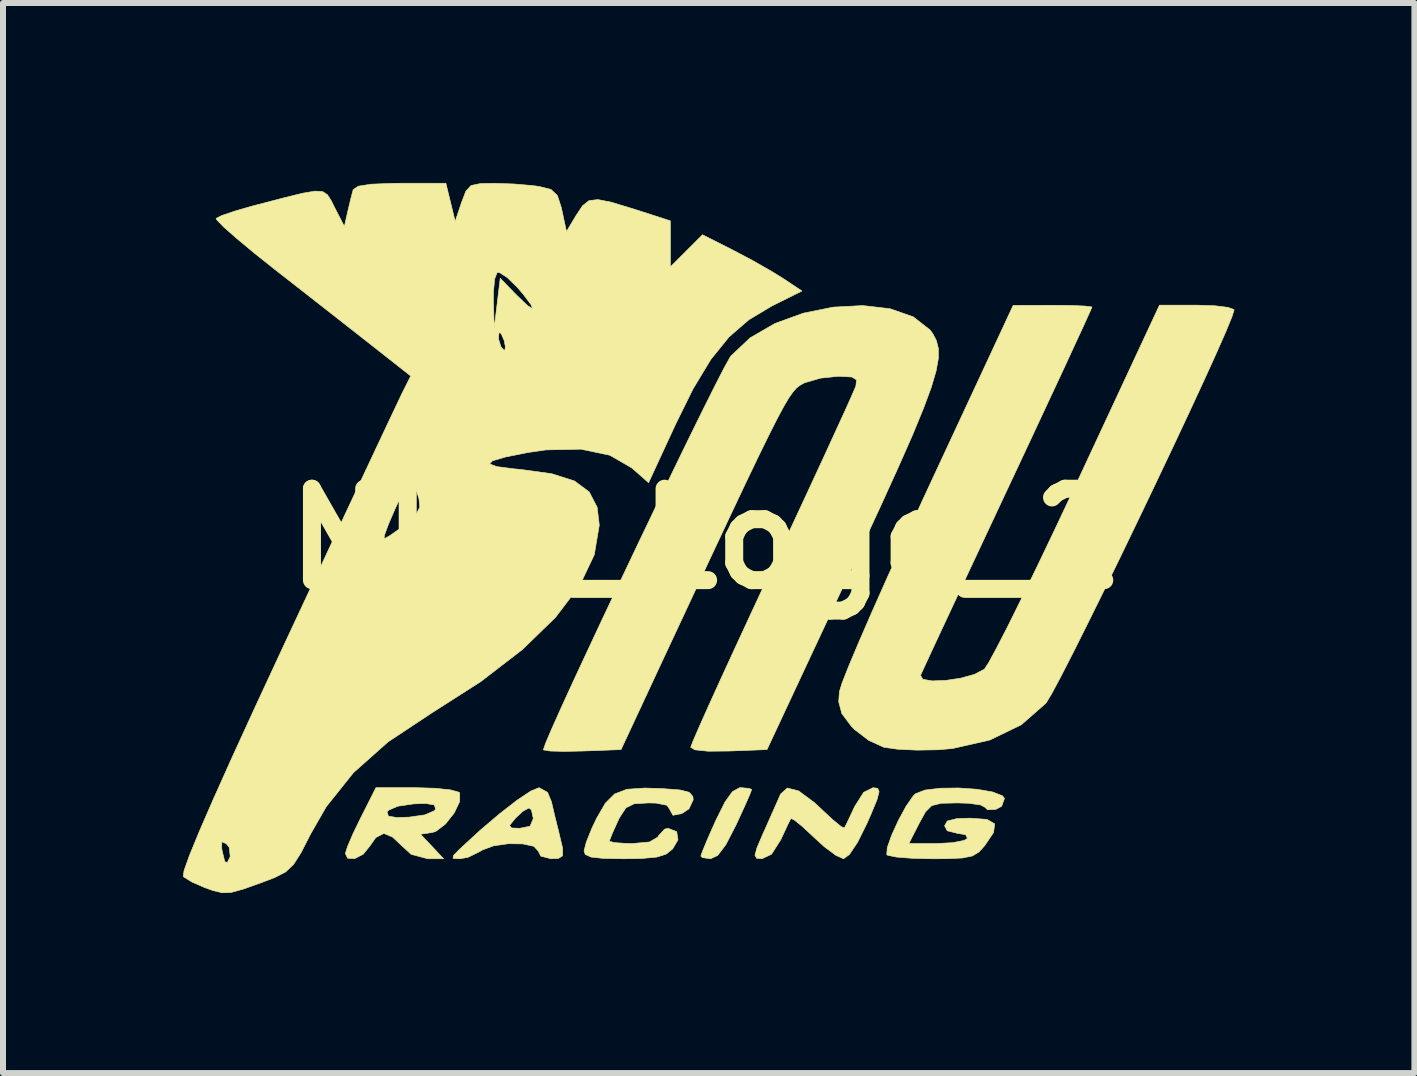
<source format=kicad_pcb>
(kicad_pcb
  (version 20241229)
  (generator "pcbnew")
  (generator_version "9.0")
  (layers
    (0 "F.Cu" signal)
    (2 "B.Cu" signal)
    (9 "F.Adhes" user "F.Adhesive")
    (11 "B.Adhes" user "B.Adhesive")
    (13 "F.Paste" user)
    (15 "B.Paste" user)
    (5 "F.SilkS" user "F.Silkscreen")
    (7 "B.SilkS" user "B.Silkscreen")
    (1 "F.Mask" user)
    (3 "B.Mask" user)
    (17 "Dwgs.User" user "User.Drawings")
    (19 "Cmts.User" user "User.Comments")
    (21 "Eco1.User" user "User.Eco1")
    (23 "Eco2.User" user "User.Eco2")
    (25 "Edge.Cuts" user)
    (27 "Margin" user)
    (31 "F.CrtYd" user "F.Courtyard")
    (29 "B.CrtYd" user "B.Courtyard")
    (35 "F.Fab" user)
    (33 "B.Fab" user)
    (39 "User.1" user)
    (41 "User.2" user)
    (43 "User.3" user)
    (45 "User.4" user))
  (footprint "NUR_Logo_2"
    (layer "F.Cu")
    (at 8.718 5.932)
    (property "Reference" "NUR_Logo_2" (at 0 0 0) (layer "F.SilkS") (effects (font (size 1.524 1.524) (thickness 0.3))))
    (attr through_hole)
    (fp_poly (pts (xy 0.728 4.162) (xy 0.762 4.181) (xy 0.729 4.269) (xy 0.641 4.468) (xy 0.517 4.738) (xy 0.5 4.774) (xy 0.333 5.098) (xy 0.197 5.278) (xy 0.077 5.334) (xy 0.077 5.334) (xy -0.057 5.315) (xy -0.085 5.29) (xy -0.052 5.196) (xy 0.033 4.992) (xy 0.154 4.719) (xy 0.164 4.697) (xy 0.317 4.389) (xy 0.441 4.216) (xy 0.557 4.151) (xy 0.587 4.149) (xy 0.728 4.162)) (stroke (width 0.01) (type solid)) (fill yes) (layer "F.SilkS"))
    (fp_poly (pts (xy 2.863 4.16) (xy 2.887 4.215) (xy 2.853 4.346) (xy 2.755 4.584) (xy 2.686 4.741) (xy 2.529 5.058) (xy 2.391 5.264) (xy 2.294 5.334) (xy 2.168 5.278) (xy 1.973 5.133) (xy 1.804 4.979) (xy 1.61 4.798) (xy 1.469 4.684) (xy 1.417 4.662) (xy 1.369 4.756) (xy 1.281 4.945) (xy 1.248 5.016) (xy 1.094 5.258) (xy 0.934 5.334) (xy 0.846 5.325) (xy 0.817 5.276) (xy 0.851 5.151) (xy 0.952 4.915) (xy 0.983 4.847) (xy 1.104 4.574) (xy 1.201 4.356) (xy 1.245 4.255) (xy 1.356 4.155) (xy 1.545 4.203) (xy 1.809 4.398) (xy 1.921 4.503) (xy 2.116 4.685) (xy 2.257 4.799) (xy 2.308 4.821) (xy 2.356 4.727) (xy 2.445 4.538) (xy 2.478 4.466) (xy 2.629 4.227) (xy 2.786 4.149) (xy 2.863 4.16)) (stroke (width 0.01) (type solid)) (fill yes) (layer "F.SilkS"))
    (fp_poly (pts (xy -2.64 4.227) (xy -2.576 4.381) (xy -2.517 4.632) (xy -2.448 4.909) (xy -2.448 4.911) (xy -2.389 5.158) (xy -2.389 5.284) (xy -2.458 5.328) (xy -2.582 5.334) (xy -2.753 5.29) (xy -2.794 5.207) (xy -2.867 5.127) (xy -3.052 5.086) (xy -3.294 5.083) (xy -3.54 5.118) (xy -3.735 5.191) (xy -3.763 5.21) (xy -3.964 5.309) (xy -4.099 5.334) (xy -4.216 5.327) (xy -4.208 5.278) (xy -4.104 5.173) (xy -3.767 4.862) (xy -3.669 4.779) (xy -3.274 4.779) (xy -3.24 4.821) (xy -3.103 4.826) (xy -2.931 4.791) (xy -2.879 4.667) (xy -2.879 4.657) (xy -2.909 4.519) (xy -2.95 4.487) (xy -3.055 4.544) (xy -3.175 4.657) (xy -3.274 4.779) (xy -3.669 4.779) (xy -3.438 4.583) (xy -3.146 4.356) (xy -2.917 4.204) (xy -2.782 4.149) (xy -2.64 4.227)) (stroke (width 0.01) (type solid)) (fill yes) (layer "F.SilkS"))
    (fp_poly (pts (xy -4.508 4.159) (xy -4.255 4.186) (xy -4.116 4.225) (xy -4.105 4.236) (xy -4.104 4.378) (xy -4.196 4.57) (xy -4.342 4.755) (xy -4.503 4.878) (xy -4.563 4.896) (xy -4.758 4.925) (xy -4.565 5.129) (xy -4.373 5.334) (xy -4.636 5.334) (xy -4.913 5.261) (xy -5.065 5.122) (xy -5.223 4.973) (xy -5.369 4.911) (xy -5.369 4.911) (xy -5.503 4.98) (xy -5.603 5.122) (xy -5.712 5.257) (xy -5.854 5.331) (xy -5.972 5.325) (xy -6.011 5.247) (xy -5.975 5.131) (xy -5.882 4.914) (xy -5.756 4.654) (xy -5.706 4.556) (xy -5.315 4.556) (xy -5.294 4.623) (xy -5.153 4.647) (xy -4.947 4.64) (xy -4.685 4.602) (xy -4.528 4.534) (xy -4.506 4.504) (xy -4.528 4.437) (xy -4.669 4.412) (xy -4.874 4.419) (xy -5.137 4.458) (xy -5.293 4.525) (xy -5.315 4.556) (xy -5.706 4.556) (xy -5.501 4.149) (xy -4.83 4.149) (xy -4.508 4.159)) (stroke (width 0.01) (type solid)) (fill yes) (layer "F.SilkS"))
    (fp_poly (pts (xy -0.716 4.165) (xy -0.431 4.187) (xy -0.277 4.227) (xy -0.218 4.296) (xy -0.212 4.351) (xy -0.283 4.502) (xy -0.402 4.581) (xy -0.55 4.609) (xy -0.593 4.531) (xy -0.593 4.527) (xy -0.648 4.443) (xy -0.831 4.406) (xy -0.958 4.403) (xy -1.196 4.417) (xy -1.334 4.485) (xy -1.44 4.648) (xy -1.466 4.702) (xy -1.557 4.902) (xy -1.606 5.027) (xy -1.609 5.041) (xy -1.533 5.064) (xy -1.341 5.078) (xy -1.225 5.08) (xy -0.94 5.054) (xy -0.802 4.973) (xy -0.793 4.953) (xy -0.689 4.841) (xy -0.631 4.826) (xy -0.487 4.882) (xy -0.466 5.019) (xy -0.555 5.17) (xy -0.662 5.256) (xy -0.819 5.306) (xy -1.069 5.329) (xy -1.368 5.334) (xy -1.71 5.328) (xy -1.914 5.306) (xy -2.011 5.263) (xy -2.032 5.204) (xy -1.995 5.06) (xy -1.902 4.827) (xy -1.82 4.655) (xy -1.676 4.407) (xy -1.523 4.254) (xy -1.319 4.176) (xy -1.02 4.155) (xy -0.716 4.165)) (stroke (width 0.01) (type solid)) (fill yes) (layer "F.SilkS"))
    (fp_poly (pts (xy 4.516 4.175) (xy 4.777 4.22) (xy 4.943 4.284) (xy 4.977 4.328) (xy 4.929 4.46) (xy 4.83 4.511) (xy 4.693 4.517) (xy 4.657 4.479) (xy 4.58 4.437) (xy 4.383 4.409) (xy 4.193 4.403) (xy 3.923 4.409) (xy 3.765 4.448) (xy 3.661 4.551) (xy 3.556 4.741) (xy 3.383 5.08) (xy 3.846 5.08) (xy 4.111 5.066) (xy 4.302 5.029) (xy 4.36 4.995) (xy 4.33 4.933) (xy 4.196 4.911) (xy 4.022 4.867) (xy 3.979 4.784) (xy 4.025 4.704) (xy 4.182 4.665) (xy 4.403 4.657) (xy 4.686 4.678) (xy 4.814 4.752) (xy 4.795 4.896) (xy 4.651 5.111) (xy 4.552 5.221) (xy 4.442 5.287) (xy 4.276 5.321) (xy 4.011 5.333) (xy 3.767 5.334) (xy 3.437 5.326) (xy 3.178 5.306) (xy 3.032 5.276) (xy 3.015 5.265) (xy 3.023 5.149) (xy 3.096 4.942) (xy 3.209 4.694) (xy 3.337 4.458) (xy 3.456 4.287) (xy 3.492 4.251) (xy 3.65 4.189) (xy 3.906 4.158) (xy 4.21 4.154) (xy 4.516 4.175)) (stroke (width 0.01) (type solid)) (fill yes) (layer "F.SilkS"))
    (fp_poly (pts (xy 8.183 -3.895) (xy 8.483 -3.885) (xy 8.704 -3.858) (xy 8.803 -3.821) (xy 8.805 -3.815) (xy 8.769 -3.7) (xy 8.667 -3.452) (xy 8.509 -3.093) (xy 8.304 -2.642) (xy 8.062 -2.119) (xy 7.792 -1.543) (xy 7.503 -0.934) (xy 7.206 -0.313) (xy 6.91 0.301) (xy 6.623 0.889) (xy 6.356 1.429) (xy 6.119 1.903) (xy 5.92 2.291) (xy 5.77 2.572) (xy 5.677 2.728) (xy 5.666 2.742) (xy 5.258 3.1) (xy 4.732 3.355) (xy 4.111 3.496) (xy 3.873 3.517) (xy 3.519 3.523) (xy 3.189 3.507) (xy 2.965 3.475) (xy 2.715 3.361) (xy 2.471 3.174) (xy 2.426 3.127) (xy 2.266 2.914) (xy 2.214 2.718) (xy 2.225 2.549) (xy 2.269 2.406) (xy 2.378 2.129) (xy 2.544 1.735) (xy 2.757 1.244) (xy 3.011 0.673) (xy 3.297 0.04) (xy 3.607 -0.634) (xy 3.695 -0.824) (xy 5.122 -3.891) (xy 5.779 -3.893) (xy 6.088 -3.89) (xy 6.318 -3.88) (xy 6.43 -3.866) (xy 6.435 -3.862) (xy 6.4 -3.78) (xy 6.301 -3.562) (xy 6.145 -3.225) (xy 5.941 -2.783) (xy 5.695 -2.256) (xy 5.416 -1.658) (xy 5.111 -1.007) (xy 5.03 -0.835) (xy 4.718 -0.169) (xy 4.427 0.452) (xy 4.166 1.01) (xy 3.943 1.487) (xy 3.766 1.867) (xy 3.643 2.133) (xy 3.582 2.266) (xy 3.577 2.276) (xy 3.616 2.342) (xy 3.771 2.369) (xy 3.998 2.361) (xy 4.249 2.323) (xy 4.477 2.26) (xy 4.637 2.176) (xy 4.644 2.171) (xy 4.714 2.064) (xy 4.846 1.82) (xy 5.032 1.459) (xy 5.261 0.996) (xy 5.527 0.45) (xy 5.819 -0.161) (xy 6.129 -0.82) (xy 6.182 -0.934) (xy 7.561 -3.895) (xy 8.183 -3.895)) (stroke (width 0.01) (type solid)) (fill yes) (layer "F.SilkS"))
    (fp_poly (pts (xy 3.071 -3.835) (xy 3.455 -3.701) (xy 3.736 -3.482) (xy 3.782 -3.419) (xy 3.842 -3.305) (xy 3.875 -3.173) (xy 3.875 -3.008) (xy 3.837 -2.797) (xy 3.757 -2.525) (xy 3.628 -2.177) (xy 3.448 -1.739) (xy 3.209 -1.197) (xy 2.908 -0.535) (xy 2.539 0.261) (xy 2.423 0.508) (xy 1.018 3.514) (xy 0.382 3.538) (xy 0.036 3.541) (xy -0.183 3.518) (xy -0.254 3.476) (xy -0.219 3.382) (xy -0.12 3.153) (xy 0.035 2.805) (xy 0.239 2.356) (xy 0.484 1.823) (xy 0.761 1.224) (xy 1.063 0.576) (xy 1.097 0.502) (xy 1.404 -0.154) (xy 1.689 -0.767) (xy 1.944 -1.318) (xy 2.16 -1.789) (xy 2.331 -2.162) (xy 2.446 -2.42) (xy 2.499 -2.543) (xy 2.5 -2.547) (xy 2.511 -2.65) (xy 2.433 -2.697) (xy 2.227 -2.709) (xy 2.203 -2.709) (xy 1.914 -2.679) (xy 1.653 -2.604) (xy 1.619 -2.588) (xy 1.565 -2.557) (xy 1.512 -2.516) (xy 1.454 -2.451) (xy 1.384 -2.352) (xy 1.298 -2.207) (xy 1.188 -2.002) (xy 1.049 -1.727) (xy 0.874 -1.37) (xy 0.657 -0.917) (xy 0.393 -0.358) (xy 0.075 0.319) (xy -0.302 1.128) (xy -0.705 1.99) (xy -1.415 3.514) (xy -2.062 3.538) (xy -2.369 3.544) (xy -2.597 3.538) (xy -2.706 3.52) (xy -2.709 3.515) (xy -2.674 3.411) (xy -2.573 3.174) (xy -2.417 2.825) (xy -2.214 2.382) (xy -1.974 1.866) (xy -1.707 1.296) (xy -1.421 0.692) (xy -1.127 0.073) (xy -0.833 -0.541) (xy -0.549 -1.13) (xy -0.284 -1.675) (xy -0.047 -2.156) (xy 0.152 -2.554) (xy 0.303 -2.848) (xy 0.398 -3.019) (xy 0.417 -3.048) (xy 0.738 -3.351) (xy 1.151 -3.59) (xy 1.623 -3.761) (xy 2.122 -3.862) (xy 2.616 -3.888) (xy 3.071 -3.835)) (stroke (width 0.01) (type solid)) (fill yes) (layer "F.SilkS"))
    (fp_poly (pts (xy -4.18 -5.292) (xy -4.073 -5.609) (xy -4.002 -5.795) (xy -3.916 -5.889) (xy -3.76 -5.922) (xy -3.528 -5.926) (xy -3.201 -5.915) (xy -2.886 -5.888) (xy -2.783 -5.874) (xy -2.583 -5.824) (xy -2.476 -5.724) (xy -2.41 -5.52) (xy -2.4 -5.473) (xy -2.325 -5.122) (xy -2.16 -5.397) (xy -2.057 -5.552) (xy -1.95 -5.637) (xy -1.801 -5.655) (xy -1.573 -5.61) (xy -1.228 -5.505) (xy -1.17 -5.487) (xy -0.593 -5.301) (xy -0.593 -4.917) (xy -0.593 -4.533) (xy -0.057 -5.069) (xy 0.453 -4.811) (xy 0.777 -4.64) (xy 1.092 -4.46) (xy 1.282 -4.343) (xy 1.601 -4.131) (xy 1.099 -3.881) (xy 0.716 -3.652) (xy 0.384 -3.364) (xy 0.082 -2.99) (xy -0.213 -2.502) (xy -0.504 -1.913) (xy -0.956 -0.935) (xy -1.235 -1.181) (xy -1.602 -1.393) (xy -2.085 -1.494) (xy -2.67 -1.482) (xy -2.965 -1.439) (xy -3.345 -1.363) (xy -3.559 -1.3) (xy -3.606 -1.248) (xy -3.488 -1.204) (xy -3.207 -1.167) (xy -3.096 -1.157) (xy -2.57 -1.085) (xy -2.191 -0.964) (xy -1.945 -0.781) (xy -1.813 -0.526) (xy -1.778 -0.228) (xy -1.861 0.266) (xy -2.105 0.78) (xy -2.506 1.308) (xy -3.057 1.844) (xy -3.754 2.381) (xy -4.572 2.904) (xy -5.298 3.385) (xy -5.876 3.899) (xy -6.329 4.466) (xy -6.59 4.921) (xy -6.748 5.23) (xy -6.874 5.428) (xy -7.007 5.554) (xy -7.188 5.647) (xy -7.408 5.731) (xy -7.713 5.84) (xy -7.913 5.895) (xy -8.063 5.901) (xy -8.218 5.864) (xy -8.357 5.814) (xy -8.568 5.722) (xy -8.709 5.634) (xy -8.713 5.63) (xy -8.7 5.531) (xy -8.611 5.282) (xy -8.556 5.148) (xy -8.074 5.148) (xy -8.064 5.206) (xy -8.021 5.381) (xy -7.979 5.398) (xy -7.93 5.298) (xy -7.946 5.146) (xy -7.994 5.085) (xy -8.069 5.05) (xy -8.074 5.148) (xy -8.556 5.148) (xy -8.448 4.884) (xy -8.209 4.335) (xy -7.895 3.635) (xy -7.505 2.784) (xy -7.04 1.783) (xy -6.998 1.693) (xy -6.641 0.929) (xy -6.302 0.204) (xy -6.206 0) (xy -5.366 0) (xy -5.278 -0.047) (xy -5.109 -0.165) (xy -5.026 -0.226) (xy -4.839 -0.39) (xy -4.77 -0.528) (xy -4.784 -0.67) (xy -4.848 -0.866) (xy -4.918 -0.923) (xy -5.011 -0.833) (xy -5.139 -0.591) (xy -5.181 -0.5) (xy -5.291 -0.246) (xy -5.357 -0.066) (xy -5.366 0) (xy -6.206 0) (xy -5.989 -0.465) (xy -5.708 -1.063) (xy -5.468 -1.574) (xy -5.276 -1.982) (xy -5.139 -2.271) (xy -5.066 -2.425) (xy -5.06 -2.437) (xy -4.921 -2.714) (xy -5.537 -3.199) (xy -5.714 -3.338) (xy -3.459 -3.338) (xy -3.418 -3.203) (xy -3.356 -3.133) (xy -3.355 -3.133) (xy -3.343 -3.201) (xy -3.363 -3.305) (xy -3.415 -3.425) (xy -3.45 -3.436) (xy -3.459 -3.338) (xy -5.714 -3.338) (xy -5.835 -3.433) (xy -6.223 -3.737) (xy -6.499 -3.953) (xy -3.543 -3.953) (xy -3.529 -3.514) (xy -3.479 -3.928) (xy -3.429 -4.343) (xy -3.154 -4.06) (xy -2.97 -3.885) (xy -2.89 -3.836) (xy -2.914 -3.901) (xy -3.042 -4.072) (xy -3.141 -4.188) (xy -3.31 -4.354) (xy -3.442 -4.439) (xy -3.48 -4.44) (xy -3.521 -4.335) (xy -3.542 -4.118) (xy -3.543 -3.953) (xy -6.499 -3.953) (xy -6.653 -4.074) (xy -7.081 -4.408) (xy -7.177 -4.483) (xy -7.528 -4.762) (xy -7.822 -5.007) (xy -8.038 -5.197) (xy -8.153 -5.315) (xy -8.166 -5.341) (xy -8.072 -5.389) (xy -7.856 -5.462) (xy -7.559 -5.548) (xy -7.473 -5.57) (xy -7.028 -5.686) (xy -6.718 -5.762) (xy -6.515 -5.796) (xy -6.389 -5.788) (xy -6.309 -5.736) (xy -6.248 -5.64) (xy -6.191 -5.525) (xy -6.027 -5.207) (xy -5.97 -5.461) (xy -5.918 -5.678) (xy -5.88 -5.821) (xy -5.796 -5.878) (xy -5.577 -5.912) (xy -5.208 -5.926) (xy -5.091 -5.927) (xy -4.335 -5.927) (xy -4.18 -5.292)) (stroke (width 0.01) (type solid)) (fill yes) (layer "F.SilkS")))
  (gr_rect
    (start -3 -3)
    (end 20.529 14.838)
    (stroke (width 0.1) (type default))
    (fill no)
    (layer "Edge.Cuts")))
</source>
